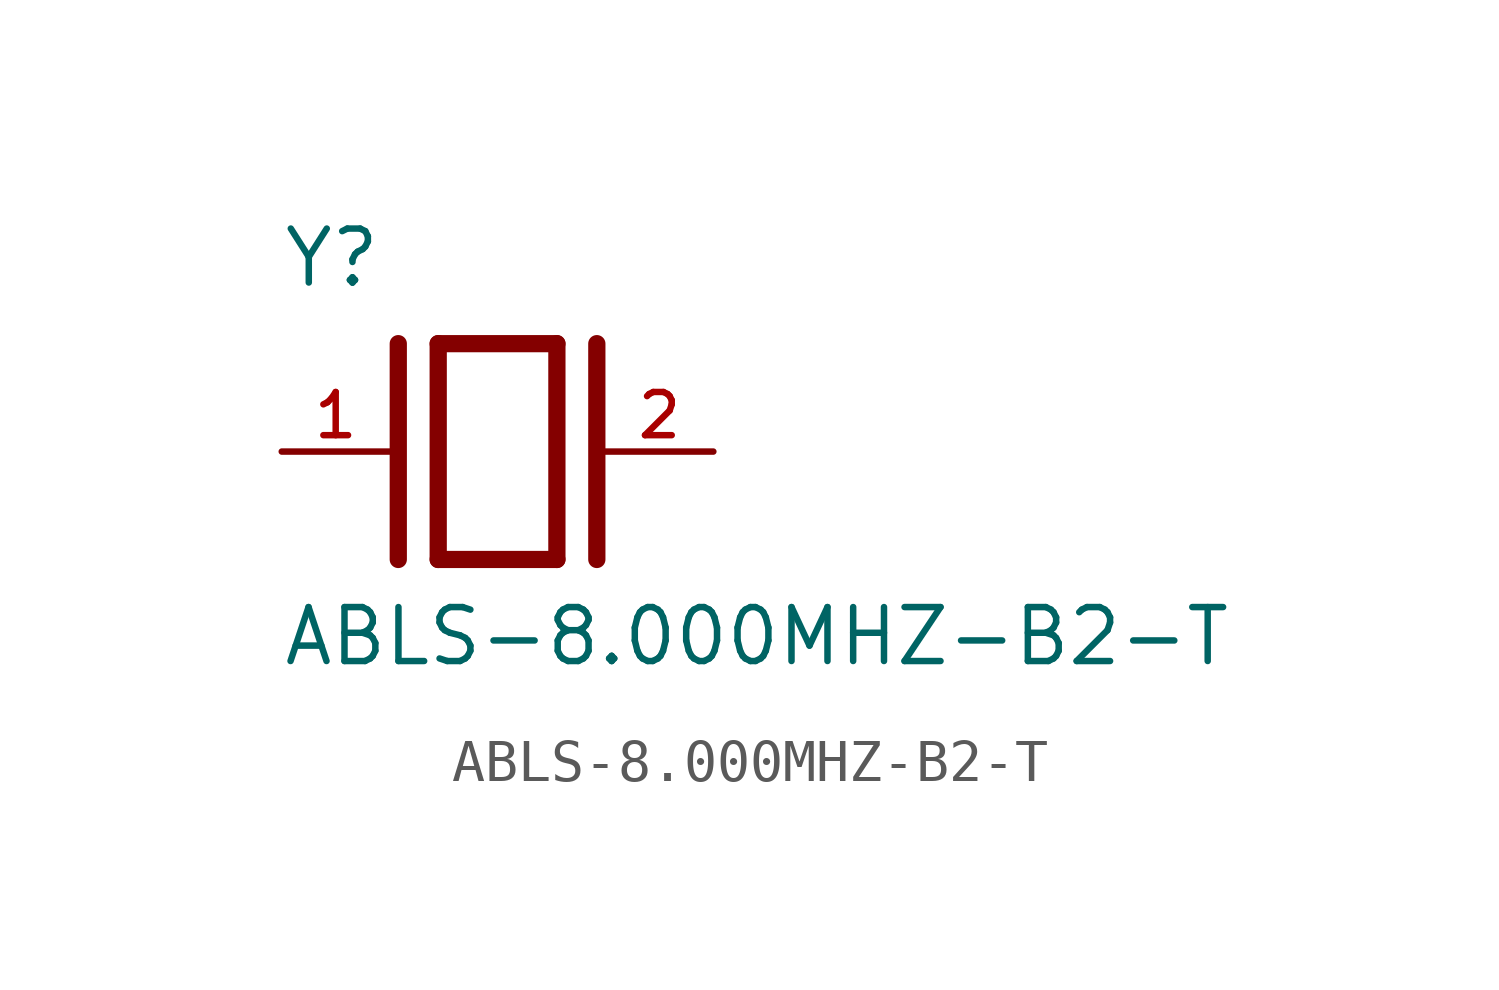
<source format=kicad_sym>
(kicad_symbol_lib
  (version 20211014)
  (generator kicad_symbol_editor)
  (symbol "ABLS-8.000MHZ-B2-T"
    (pin_names
      (offset 1.016))
    (property "Reference" "Y"
      (at -5.088 3.816 0)
      (effects (font (size 1.27 1.27)) (justify bottom left)))
    (property "Value" "ABLS-8.000MHZ-B2-T"
      (at -5.094 -5.094 0)
      (effects (font (size 1.27 1.27)) (justify bottom left)))
    (symbol "ABLS-8.000MHZ-B2-T_0_0"
      (polyline (pts (xy -1.397 2.54) (xy 1.397 2.54)) (stroke (width 0.406)))
      (polyline (pts (xy 1.397 2.54) (xy 1.397 -2.54)) (stroke (width 0.406)))
      (polyline (pts (xy 1.397 -2.54) (xy -1.397 -2.54)) (stroke (width 0.406)))
      (polyline (pts (xy -1.397 2.54) (xy -1.397 -2.54)) (stroke (width 0.406)))
      (polyline (pts (xy 2.337 2.54) (xy 2.337 -2.54)) (stroke (width 0.406)))
      (polyline (pts (xy -2.337 2.54) (xy -2.337 -2.54)) (stroke (width 0.406)))
      (pin passive line (at 5.08 0.0 180.0) (length 2.54) (name "~" (effects (font (size 1.016 1.016)))) (number "2" (effects (font (size 1.016 1.016)))))
      (pin passive line (at -5.08 0.0 0) (length 2.54) (name "~" (effects (font (size 1.016 1.016)))) (number "1" (effects (font (size 1.016 1.016))))))))
</source>
